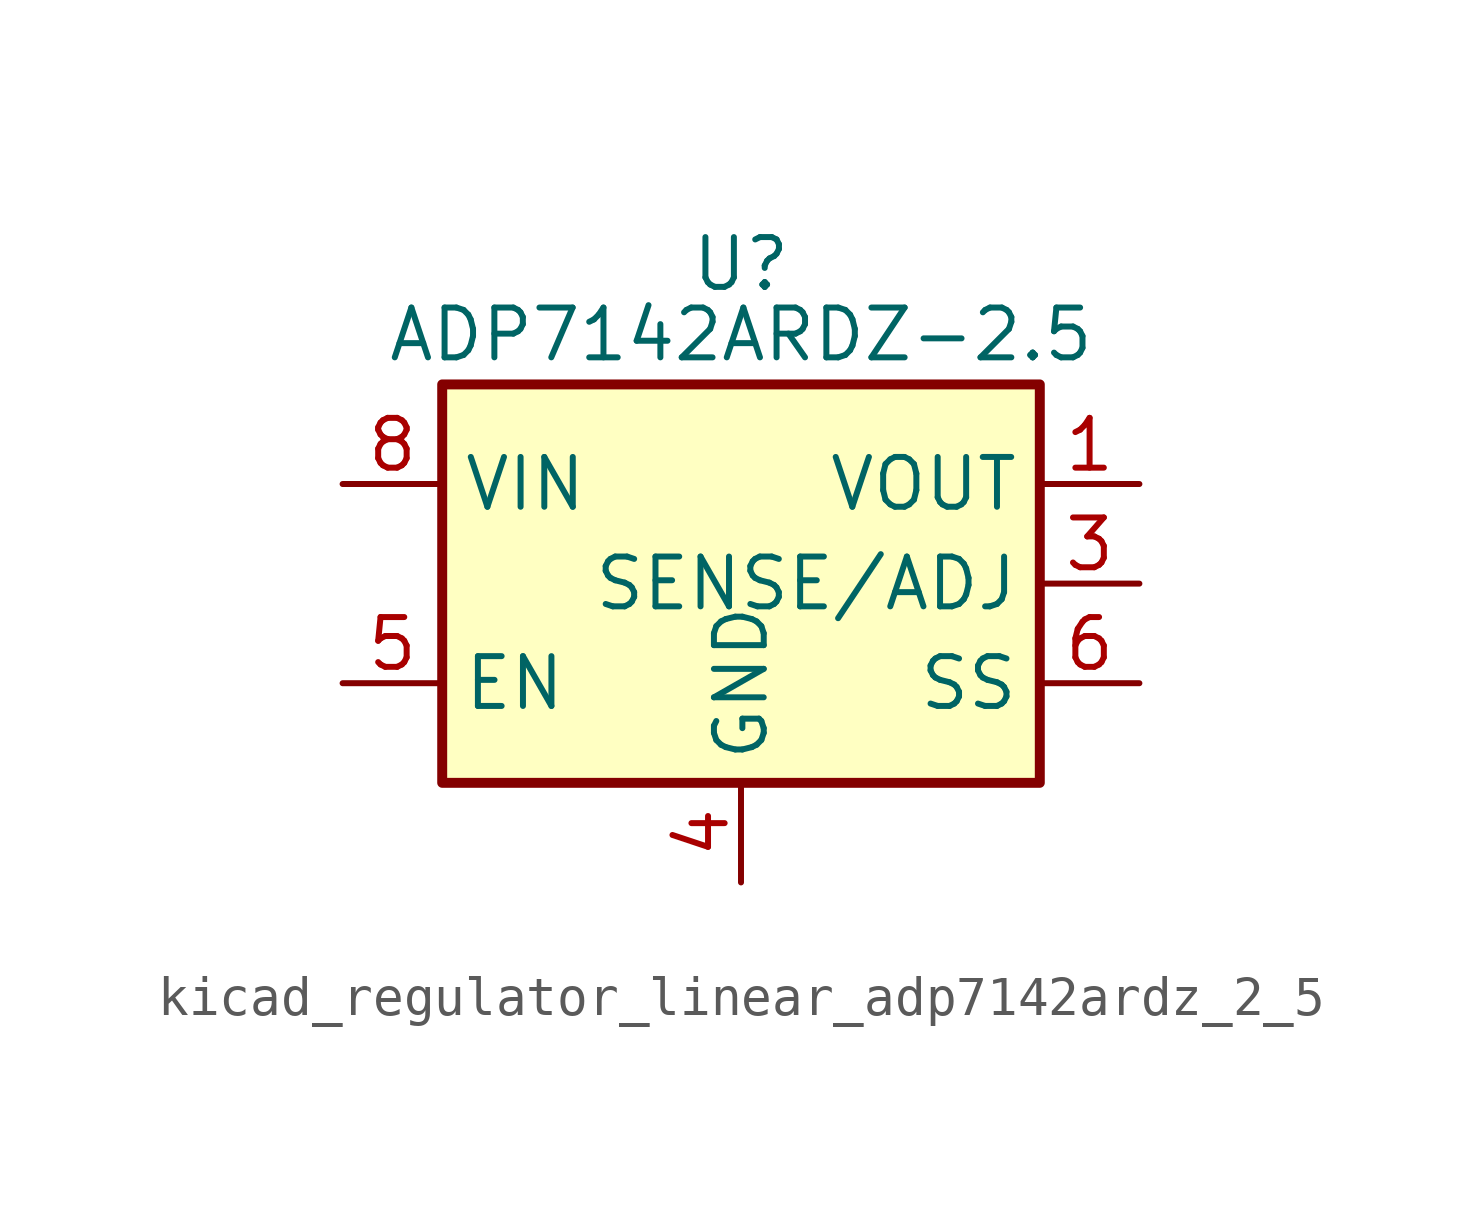
<source format=kicad_sym>
(kicad_symbol_lib
  (version 20220914)
  (generator kicad_symbol_editor)
  (symbol "kicad_regulator_linear_adp7142ardz_2_5"
    (property "Reference" "U"
      (at 0 8.89 0)
      (effects (font (size 1.27 1.27)) (justify top)))
    (property "Value" "ADP7142ARDZ-2.5"
      (at 0 6.35 0)
      (effects (font (size 1.27 1.27))))
    (symbol "kicad_regulator_linear_adp7142ardz_2_5_0_1"
      (rectangle (start -7.62 5.08) (end 7.62 -5.08) (stroke (width 0.254) (type default)) (fill (type background))))
    (symbol "kicad_regulator_linear_adp7142ardz_2_5_1_1"
      (pin power_out line (at 10.16 2.54 180) (length 2.54) (name "VOUT" (effects (font (size 1.27 1.27)))) (number "1" (effects (font (size 1.27 1.27)))))
      (pin passive line (at 10.16 2.54 180) (length 2.54) hide (name "VOUT" (effects (font (size 1.27 1.27)))) (number "2" (effects (font (size 1.27 1.27)))))
      (pin input line (at 10.16 0 180) (length 2.54) (name "SENSE/ADJ" (effects (font (size 1.27 1.27)))) (number "3" (effects (font (size 1.27 1.27)))))
      (pin power_in line (at 0 -7.62 90) (length 2.54) (name "GND" (effects (font (size 1.27 1.27)))) (number "4" (effects (font (size 1.27 1.27)))))
      (pin input line (at -10.16 -2.54 0) (length 2.54) (name "EN" (effects (font (size 1.27 1.27)))) (number "5" (effects (font (size 1.27 1.27)))))
      (pin passive line (at 10.16 -2.54 180) (length 2.54) (name "SS" (effects (font (size 1.27 1.27)))) (number "6" (effects (font (size 1.27 1.27)))))
      (pin passive line (at -10.16 2.54 0) (length 2.54) hide (name "VIN" (effects (font (size 1.27 1.27)))) (number "7" (effects (font (size 1.27 1.27)))))
      (pin power_in line (at -10.16 2.54 0) (length 2.54) (name "VIN" (effects (font (size 1.27 1.27)))) (number "8" (effects (font (size 1.27 1.27)))))
      (pin passive line (at 0 -7.62 90) (length 2.54) hide (name "GND" (effects (font (size 1.27 1.27)))) (number "9" (effects (font (size 1.27 1.27))))))))
</source>
